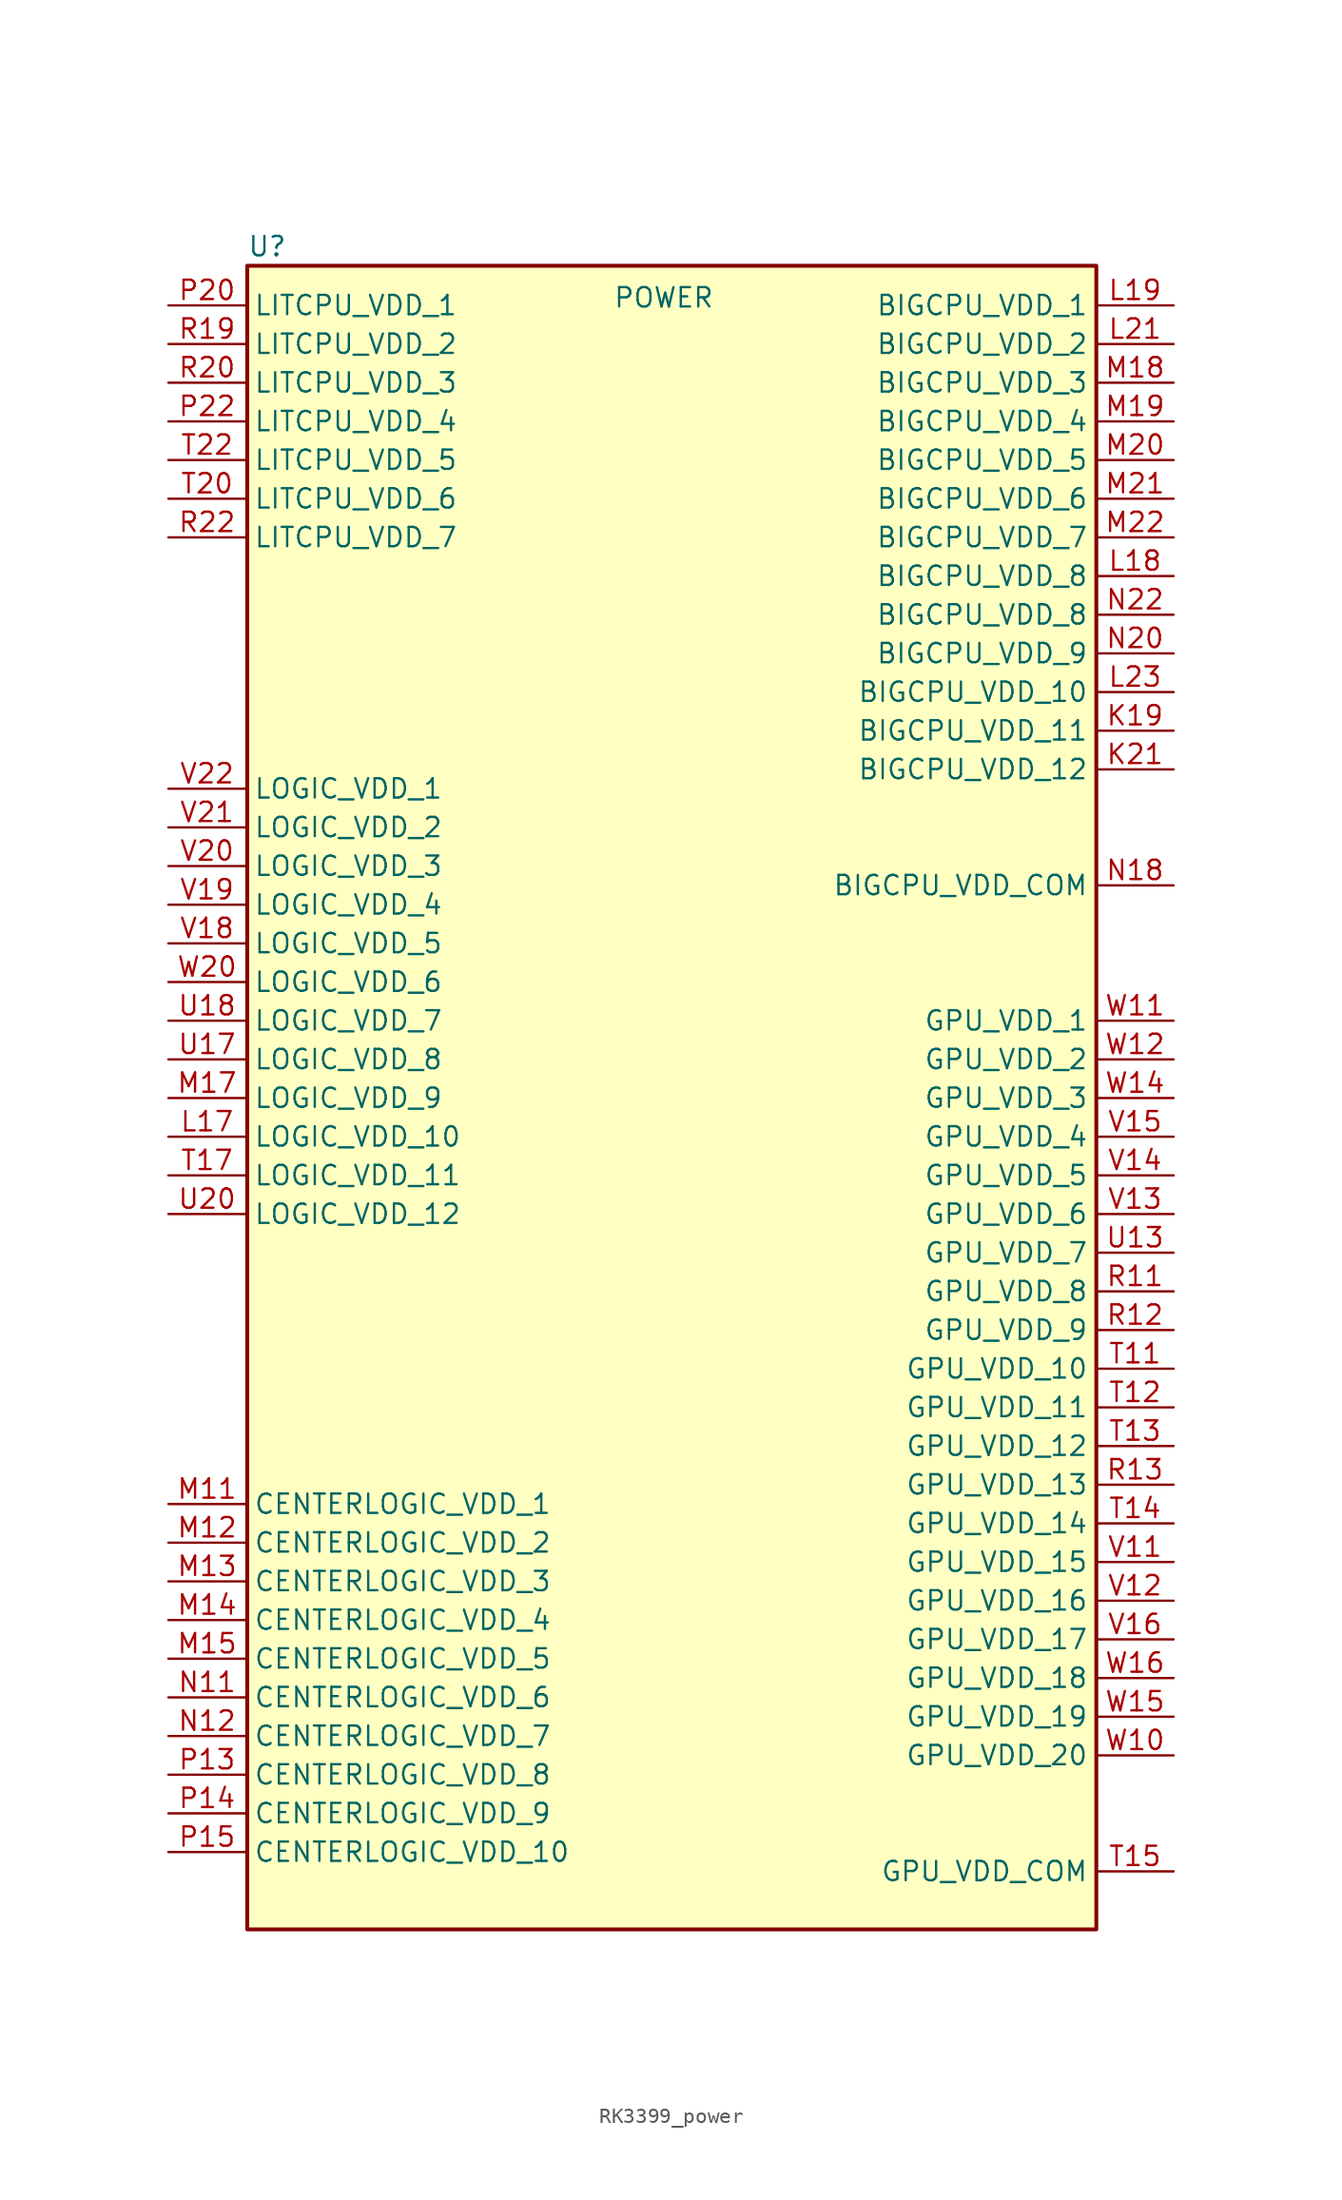
<source format=kicad_sym>
(kicad_symbol_lib
  (version 20231120)
  (generator "kicad_symbol_editor")
  (generator_version "8.0")
  (symbol "RK3399_power"
    (property "Reference" "U"
      (at -27.839 55.942 0)
      (effects (font (size 1.27 1.27)) (justify left)))
    (property "Value" "POWER"
      (at -3.81 52.578 0)
      (effects (font (size 1.27 1.27)) (justify left)))
    (property "ki_locked" ""
      (at 0 0 0)
      (effects (font (size 1.27 1.27))))
    (symbol "RK3399_power_0_1"
      (rectangle (start -27.839 54.672) (end 27.94 -54.61) (stroke (width 0.254) (type default)) (fill (type background))))
    (symbol "RK3399_power_1_1"
      (pin input line (at 33.02 24.13 180) (length 5.08) (name "BIGCPU_VDD_11" (effects (font (size 1.27 1.27)))) (number "K19" (effects (font (size 1.27 1.27)))) (alternate "ADC4_IN9" bidirectional line) (alternate "LPTIM1_IN1" bidirectional line) (alternate "LPUART1_CTS" bidirectional line) (alternate "PWR_WKUP1" bidirectional line) (alternate "SPI3_SCK" bidirectional line) (alternate "TIM1_CH2N" bidirectional line) (alternate "TIM3_CH3" bidirectional line) (alternate "TIM3_ETR" bidirectional line) (alternate "TSC_G2_IO2" bidirectional line))
      (pin input line (at 33.02 21.59 180) (length 5.08) (name "BIGCPU_VDD_12" (effects (font (size 1.27 1.27)))) (number "K21" (effects (font (size 1.27 1.27)))) (alternate "ADC4_IN9" bidirectional line) (alternate "LPTIM1_IN1" bidirectional line) (alternate "LPUART1_CTS" bidirectional line) (alternate "PWR_WKUP1" bidirectional line) (alternate "SPI3_SCK" bidirectional line) (alternate "TIM1_CH2N" bidirectional line) (alternate "TIM3_CH3" bidirectional line) (alternate "TIM3_ETR" bidirectional line) (alternate "TSC_G2_IO2" bidirectional line))
      (pin input line (at -33.02 -2.54 0) (length 5.08) (name "LOGIC_VDD_10" (effects (font (size 1.27 1.27)))) (number "L17" (effects (font (size 1.27 1.27)))) (alternate "PWR_WKUP2" bidirectional line) (alternate "RTC_OUT1" bidirectional line) (alternate "RTC_TS" bidirectional line) (alternate "TAMP_IN4" bidirectional line) (alternate "TAMP_OUT5" bidirectional line) (alternate "TIM1_BKIN2" bidirectional line) (alternate "TSC_G5_IO1" bidirectional line))
      (pin input line (at 33.02 34.29 180) (length 5.08) (name "BIGCPU_VDD_8" (effects (font (size 1.27 1.27)))) (number "L18" (effects (font (size 1.27 1.27)))) (alternate "ADC4_IN9" bidirectional line) (alternate "LPTIM1_IN1" bidirectional line) (alternate "LPUART1_CTS" bidirectional line) (alternate "PWR_WKUP1" bidirectional line) (alternate "SPI3_SCK" bidirectional line) (alternate "TIM1_CH2N" bidirectional line) (alternate "TIM3_CH3" bidirectional line) (alternate "TIM3_ETR" bidirectional line) (alternate "TSC_G2_IO2" bidirectional line))
      (pin input line (at 33.02 52.07 180) (length 5.08) (name "BIGCPU_VDD_1" (effects (font (size 1.27 1.27)))) (number "L19" (effects (font (size 1.27 1.27)))) (alternate "ADC4_IN9" bidirectional line) (alternate "LPTIM1_IN1" bidirectional line) (alternate "LPUART1_CTS" bidirectional line) (alternate "PWR_WKUP1" bidirectional line) (alternate "SPI3_SCK" bidirectional line) (alternate "TIM1_CH2N" bidirectional line) (alternate "TIM3_CH3" bidirectional line) (alternate "TIM3_ETR" bidirectional line) (alternate "TSC_G2_IO2" bidirectional line))
      (pin input line (at 33.02 49.53 180) (length 5.08) (name "BIGCPU_VDD_2" (effects (font (size 1.27 1.27)))) (number "L21" (effects (font (size 1.27 1.27)))) (alternate "ADC4_IN9" bidirectional line) (alternate "LPTIM1_IN1" bidirectional line) (alternate "LPUART1_CTS" bidirectional line) (alternate "PWR_WKUP1" bidirectional line) (alternate "SPI3_SCK" bidirectional line) (alternate "TIM1_CH2N" bidirectional line) (alternate "TIM3_CH3" bidirectional line) (alternate "TIM3_ETR" bidirectional line) (alternate "TSC_G2_IO2" bidirectional line))
      (pin input line (at 33.02 26.67 180) (length 5.08) (name "BIGCPU_VDD_10" (effects (font (size 1.27 1.27)))) (number "L23" (effects (font (size 1.27 1.27)))) (alternate "ADC4_IN9" bidirectional line) (alternate "LPTIM1_IN1" bidirectional line) (alternate "LPUART1_CTS" bidirectional line) (alternate "PWR_WKUP1" bidirectional line) (alternate "SPI3_SCK" bidirectional line) (alternate "TIM1_CH2N" bidirectional line) (alternate "TIM3_CH3" bidirectional line) (alternate "TIM3_ETR" bidirectional line) (alternate "TSC_G2_IO2" bidirectional line))
      (pin input line (at -33.02 -26.67 0) (length 5.08) (name "CENTERLOGIC_VDD_1" (effects (font (size 1.27 1.27)))) (number "M11" (effects (font (size 1.27 1.27)))) (alternate "PWR_WKUP2" bidirectional line) (alternate "RTC_OUT1" bidirectional line) (alternate "RTC_TS" bidirectional line) (alternate "TAMP_IN4" bidirectional line) (alternate "TAMP_OUT5" bidirectional line) (alternate "TIM1_BKIN2" bidirectional line) (alternate "TSC_G5_IO1" bidirectional line))
      (pin input line (at -33.02 -29.21 0) (length 5.08) (name "CENTERLOGIC_VDD_2" (effects (font (size 1.27 1.27)))) (number "M12" (effects (font (size 1.27 1.27)))) (alternate "PWR_WKUP2" bidirectional line) (alternate "RTC_OUT1" bidirectional line) (alternate "RTC_TS" bidirectional line) (alternate "TAMP_IN4" bidirectional line) (alternate "TAMP_OUT5" bidirectional line) (alternate "TIM1_BKIN2" bidirectional line) (alternate "TSC_G5_IO1" bidirectional line))
      (pin input line (at -33.02 -31.75 0) (length 5.08) (name "CENTERLOGIC_VDD_3" (effects (font (size 1.27 1.27)))) (number "M13" (effects (font (size 1.27 1.27)))) (alternate "PWR_WKUP2" bidirectional line) (alternate "RTC_OUT1" bidirectional line) (alternate "RTC_TS" bidirectional line) (alternate "TAMP_IN4" bidirectional line) (alternate "TAMP_OUT5" bidirectional line) (alternate "TIM1_BKIN2" bidirectional line) (alternate "TSC_G5_IO1" bidirectional line))
      (pin input line (at -33.02 -34.29 0) (length 5.08) (name "CENTERLOGIC_VDD_4" (effects (font (size 1.27 1.27)))) (number "M14" (effects (font (size 1.27 1.27)))) (alternate "PWR_WKUP2" bidirectional line) (alternate "RTC_OUT1" bidirectional line) (alternate "RTC_TS" bidirectional line) (alternate "TAMP_IN4" bidirectional line) (alternate "TAMP_OUT5" bidirectional line) (alternate "TIM1_BKIN2" bidirectional line) (alternate "TSC_G5_IO1" bidirectional line))
      (pin input line (at -33.02 -36.83 0) (length 5.08) (name "CENTERLOGIC_VDD_5" (effects (font (size 1.27 1.27)))) (number "M15" (effects (font (size 1.27 1.27)))) (alternate "PWR_WKUP2" bidirectional line) (alternate "RTC_OUT1" bidirectional line) (alternate "RTC_TS" bidirectional line) (alternate "TAMP_IN4" bidirectional line) (alternate "TAMP_OUT5" bidirectional line) (alternate "TIM1_BKIN2" bidirectional line) (alternate "TSC_G5_IO1" bidirectional line))
      (pin input line (at -33.02 0 0) (length 5.08) (name "LOGIC_VDD_9" (effects (font (size 1.27 1.27)))) (number "M17" (effects (font (size 1.27 1.27)))) (alternate "PWR_WKUP2" bidirectional line) (alternate "RTC_OUT1" bidirectional line) (alternate "RTC_TS" bidirectional line) (alternate "TAMP_IN4" bidirectional line) (alternate "TAMP_OUT5" bidirectional line) (alternate "TIM1_BKIN2" bidirectional line) (alternate "TSC_G5_IO1" bidirectional line))
      (pin input line (at 33.02 46.99 180) (length 5.08) (name "BIGCPU_VDD_3" (effects (font (size 1.27 1.27)))) (number "M18" (effects (font (size 1.27 1.27)))) (alternate "ADC4_IN9" bidirectional line) (alternate "LPTIM1_IN1" bidirectional line) (alternate "LPUART1_CTS" bidirectional line) (alternate "PWR_WKUP1" bidirectional line) (alternate "SPI3_SCK" bidirectional line) (alternate "TIM1_CH2N" bidirectional line) (alternate "TIM3_CH3" bidirectional line) (alternate "TIM3_ETR" bidirectional line) (alternate "TSC_G2_IO2" bidirectional line))
      (pin input line (at 33.02 44.45 180) (length 5.08) (name "BIGCPU_VDD_4" (effects (font (size 1.27 1.27)))) (number "M19" (effects (font (size 1.27 1.27)))) (alternate "ADC4_IN9" bidirectional line) (alternate "LPTIM1_IN1" bidirectional line) (alternate "LPUART1_CTS" bidirectional line) (alternate "PWR_WKUP1" bidirectional line) (alternate "SPI3_SCK" bidirectional line) (alternate "TIM1_CH2N" bidirectional line) (alternate "TIM3_CH3" bidirectional line) (alternate "TIM3_ETR" bidirectional line) (alternate "TSC_G2_IO2" bidirectional line))
      (pin input line (at 33.02 41.91 180) (length 5.08) (name "BIGCPU_VDD_5" (effects (font (size 1.27 1.27)))) (number "M20" (effects (font (size 1.27 1.27)))) (alternate "ADC4_IN9" bidirectional line) (alternate "LPTIM1_IN1" bidirectional line) (alternate "LPUART1_CTS" bidirectional line) (alternate "PWR_WKUP1" bidirectional line) (alternate "SPI3_SCK" bidirectional line) (alternate "TIM1_CH2N" bidirectional line) (alternate "TIM3_CH3" bidirectional line) (alternate "TIM3_ETR" bidirectional line) (alternate "TSC_G2_IO2" bidirectional line))
      (pin input line (at 33.02 39.37 180) (length 5.08) (name "BIGCPU_VDD_6" (effects (font (size 1.27 1.27)))) (number "M21" (effects (font (size 1.27 1.27)))) (alternate "ADC4_IN9" bidirectional line) (alternate "LPTIM1_IN1" bidirectional line) (alternate "LPUART1_CTS" bidirectional line) (alternate "PWR_WKUP1" bidirectional line) (alternate "SPI3_SCK" bidirectional line) (alternate "TIM1_CH2N" bidirectional line) (alternate "TIM3_CH3" bidirectional line) (alternate "TIM3_ETR" bidirectional line) (alternate "TSC_G2_IO2" bidirectional line))
      (pin input line (at 33.02 36.83 180) (length 5.08) (name "BIGCPU_VDD_7" (effects (font (size 1.27 1.27)))) (number "M22" (effects (font (size 1.27 1.27)))) (alternate "ADC4_IN9" bidirectional line) (alternate "LPTIM1_IN1" bidirectional line) (alternate "LPUART1_CTS" bidirectional line) (alternate "PWR_WKUP1" bidirectional line) (alternate "SPI3_SCK" bidirectional line) (alternate "TIM1_CH2N" bidirectional line) (alternate "TIM3_CH3" bidirectional line) (alternate "TIM3_ETR" bidirectional line) (alternate "TSC_G2_IO2" bidirectional line))
      (pin input line (at -33.02 -39.37 0) (length 5.08) (name "CENTERLOGIC_VDD_6" (effects (font (size 1.27 1.27)))) (number "N11" (effects (font (size 1.27 1.27)))) (alternate "PWR_WKUP2" bidirectional line) (alternate "RTC_OUT1" bidirectional line) (alternate "RTC_TS" bidirectional line) (alternate "TAMP_IN4" bidirectional line) (alternate "TAMP_OUT5" bidirectional line) (alternate "TIM1_BKIN2" bidirectional line) (alternate "TSC_G5_IO1" bidirectional line))
      (pin input line (at -33.02 -41.91 0) (length 5.08) (name "CENTERLOGIC_VDD_7" (effects (font (size 1.27 1.27)))) (number "N12" (effects (font (size 1.27 1.27)))) (alternate "PWR_WKUP2" bidirectional line) (alternate "RTC_OUT1" bidirectional line) (alternate "RTC_TS" bidirectional line) (alternate "TAMP_IN4" bidirectional line) (alternate "TAMP_OUT5" bidirectional line) (alternate "TIM1_BKIN2" bidirectional line) (alternate "TSC_G5_IO1" bidirectional line))
      (pin input line (at 33.02 13.97 180) (length 5.08) (name "BIGCPU_VDD_COM" (effects (font (size 1.27 1.27)))) (number "N18" (effects (font (size 1.27 1.27)))) (alternate "ADC4_IN9" bidirectional line) (alternate "LPTIM1_IN1" bidirectional line) (alternate "LPUART1_CTS" bidirectional line) (alternate "PWR_WKUP1" bidirectional line) (alternate "SPI3_SCK" bidirectional line) (alternate "TIM1_CH2N" bidirectional line) (alternate "TIM3_CH3" bidirectional line) (alternate "TIM3_ETR" bidirectional line) (alternate "TSC_G2_IO2" bidirectional line))
      (pin input line (at 33.02 29.21 180) (length 5.08) (name "BIGCPU_VDD_9" (effects (font (size 1.27 1.27)))) (number "N20" (effects (font (size 1.27 1.27)))) (alternate "ADC4_IN9" bidirectional line) (alternate "LPTIM1_IN1" bidirectional line) (alternate "LPUART1_CTS" bidirectional line) (alternate "PWR_WKUP1" bidirectional line) (alternate "SPI3_SCK" bidirectional line) (alternate "TIM1_CH2N" bidirectional line) (alternate "TIM3_CH3" bidirectional line) (alternate "TIM3_ETR" bidirectional line) (alternate "TSC_G2_IO2" bidirectional line))
      (pin input line (at 33.02 31.75 180) (length 5.08) (name "BIGCPU_VDD_8" (effects (font (size 1.27 1.27)))) (number "N22" (effects (font (size 1.27 1.27)))) (alternate "ADC4_IN9" bidirectional line) (alternate "LPTIM1_IN1" bidirectional line) (alternate "LPUART1_CTS" bidirectional line) (alternate "PWR_WKUP1" bidirectional line) (alternate "SPI3_SCK" bidirectional line) (alternate "TIM1_CH2N" bidirectional line) (alternate "TIM3_CH3" bidirectional line) (alternate "TIM3_ETR" bidirectional line) (alternate "TSC_G2_IO2" bidirectional line))
      (pin input line (at -33.02 -44.45 0) (length 5.08) (name "CENTERLOGIC_VDD_8" (effects (font (size 1.27 1.27)))) (number "P13" (effects (font (size 1.27 1.27)))) (alternate "PWR_WKUP2" bidirectional line) (alternate "RTC_OUT1" bidirectional line) (alternate "RTC_TS" bidirectional line) (alternate "TAMP_IN4" bidirectional line) (alternate "TAMP_OUT5" bidirectional line) (alternate "TIM1_BKIN2" bidirectional line) (alternate "TSC_G5_IO1" bidirectional line))
      (pin input line (at -33.02 -46.99 0) (length 5.08) (name "CENTERLOGIC_VDD_9" (effects (font (size 1.27 1.27)))) (number "P14" (effects (font (size 1.27 1.27)))) (alternate "PWR_WKUP2" bidirectional line) (alternate "RTC_OUT1" bidirectional line) (alternate "RTC_TS" bidirectional line) (alternate "TAMP_IN4" bidirectional line) (alternate "TAMP_OUT5" bidirectional line) (alternate "TIM1_BKIN2" bidirectional line) (alternate "TSC_G5_IO1" bidirectional line))
      (pin input line (at -33.02 -49.53 0) (length 5.08) (name "CENTERLOGIC_VDD_10" (effects (font (size 1.27 1.27)))) (number "P15" (effects (font (size 1.27 1.27)))) (alternate "PWR_WKUP2" bidirectional line) (alternate "RTC_OUT1" bidirectional line) (alternate "RTC_TS" bidirectional line) (alternate "TAMP_IN4" bidirectional line) (alternate "TAMP_OUT5" bidirectional line) (alternate "TIM1_BKIN2" bidirectional line) (alternate "TSC_G5_IO1" bidirectional line))
      (pin input line (at -33.02 52.07 0) (length 5.08) (name "LITCPU_VDD_1" (effects (font (size 1.27 1.27)))) (number "P20" (effects (font (size 1.27 1.27)))))
      (pin input line (at -33.02 44.45 0) (length 5.08) (name "LITCPU_VDD_4" (effects (font (size 1.27 1.27)))) (number "P22" (effects (font (size 1.27 1.27)))) (alternate "RCC_OSC_OUT" bidirectional line))
      (pin input line (at 33.02 -12.7 180) (length 5.08) (name "GPU_VDD_8" (effects (font (size 1.27 1.27)))) (number "R11" (effects (font (size 1.27 1.27)))) (alternate "ADC4_IN9" bidirectional line) (alternate "LPTIM1_IN1" bidirectional line) (alternate "LPUART1_CTS" bidirectional line) (alternate "PWR_WKUP1" bidirectional line) (alternate "SPI3_SCK" bidirectional line) (alternate "TIM1_CH2N" bidirectional line) (alternate "TIM3_CH3" bidirectional line) (alternate "TIM3_ETR" bidirectional line) (alternate "TSC_G2_IO2" bidirectional line))
      (pin input line (at 33.02 -15.24 180) (length 5.08) (name "GPU_VDD_9" (effects (font (size 1.27 1.27)))) (number "R12" (effects (font (size 1.27 1.27)))) (alternate "ADC4_IN9" bidirectional line) (alternate "LPTIM1_IN1" bidirectional line) (alternate "LPUART1_CTS" bidirectional line) (alternate "PWR_WKUP1" bidirectional line) (alternate "SPI3_SCK" bidirectional line) (alternate "TIM1_CH2N" bidirectional line) (alternate "TIM3_CH3" bidirectional line) (alternate "TIM3_ETR" bidirectional line) (alternate "TSC_G2_IO2" bidirectional line))
      (pin input line (at 33.02 -25.4 180) (length 5.08) (name "GPU_VDD_13" (effects (font (size 1.27 1.27)))) (number "R13" (effects (font (size 1.27 1.27)))) (alternate "ADC4_IN9" bidirectional line) (alternate "LPTIM1_IN1" bidirectional line) (alternate "LPUART1_CTS" bidirectional line) (alternate "PWR_WKUP1" bidirectional line) (alternate "SPI3_SCK" bidirectional line) (alternate "TIM1_CH2N" bidirectional line) (alternate "TIM3_CH3" bidirectional line) (alternate "TIM3_ETR" bidirectional line) (alternate "TSC_G2_IO2" bidirectional line))
      (pin input line (at -33.02 49.53 0) (length 5.08) (name "LITCPU_VDD_2" (effects (font (size 1.27 1.27)))) (number "R19" (effects (font (size 1.27 1.27)))) (alternate "TAMP_IN2" bidirectional line) (alternate "TAMP_OUT1" bidirectional line))
      (pin input line (at -33.02 46.99 0) (length 5.08) (name "LITCPU_VDD_3" (effects (font (size 1.27 1.27)))) (number "R20" (effects (font (size 1.27 1.27)))) (alternate "RCC_OSC_IN" bidirectional line))
      (pin input line (at -33.02 36.83 0) (length 5.08) (name "LITCPU_VDD_7" (effects (font (size 1.27 1.27)))) (number "R22" (effects (font (size 1.27 1.27)))) (alternate "RCC_OSC_OUT" bidirectional line))
      (pin input line (at 33.02 -17.78 180) (length 5.08) (name "GPU_VDD_10" (effects (font (size 1.27 1.27)))) (number "T11" (effects (font (size 1.27 1.27)))) (alternate "ADC4_IN9" bidirectional line) (alternate "LPTIM1_IN1" bidirectional line) (alternate "LPUART1_CTS" bidirectional line) (alternate "PWR_WKUP1" bidirectional line) (alternate "SPI3_SCK" bidirectional line) (alternate "TIM1_CH2N" bidirectional line) (alternate "TIM3_CH3" bidirectional line) (alternate "TIM3_ETR" bidirectional line) (alternate "TSC_G2_IO2" bidirectional line))
      (pin input line (at 33.02 -20.32 180) (length 5.08) (name "GPU_VDD_11" (effects (font (size 1.27 1.27)))) (number "T12" (effects (font (size 1.27 1.27)))) (alternate "ADC4_IN9" bidirectional line) (alternate "LPTIM1_IN1" bidirectional line) (alternate "LPUART1_CTS" bidirectional line) (alternate "PWR_WKUP1" bidirectional line) (alternate "SPI3_SCK" bidirectional line) (alternate "TIM1_CH2N" bidirectional line) (alternate "TIM3_CH3" bidirectional line) (alternate "TIM3_ETR" bidirectional line) (alternate "TSC_G2_IO2" bidirectional line))
      (pin input line (at 33.02 -22.86 180) (length 5.08) (name "GPU_VDD_12" (effects (font (size 1.27 1.27)))) (number "T13" (effects (font (size 1.27 1.27)))) (alternate "ADC4_IN9" bidirectional line) (alternate "LPTIM1_IN1" bidirectional line) (alternate "LPUART1_CTS" bidirectional line) (alternate "PWR_WKUP1" bidirectional line) (alternate "SPI3_SCK" bidirectional line) (alternate "TIM1_CH2N" bidirectional line) (alternate "TIM3_CH3" bidirectional line) (alternate "TIM3_ETR" bidirectional line) (alternate "TSC_G2_IO2" bidirectional line))
      (pin input line (at 33.02 -27.94 180) (length 5.08) (name "GPU_VDD_14" (effects (font (size 1.27 1.27)))) (number "T14" (effects (font (size 1.27 1.27)))) (alternate "ADC4_IN9" bidirectional line) (alternate "LPTIM1_IN1" bidirectional line) (alternate "LPUART1_CTS" bidirectional line) (alternate "PWR_WKUP1" bidirectional line) (alternate "SPI3_SCK" bidirectional line) (alternate "TIM1_CH2N" bidirectional line) (alternate "TIM3_CH3" bidirectional line) (alternate "TIM3_ETR" bidirectional line) (alternate "TSC_G2_IO2" bidirectional line))
      (pin input line (at 33.02 -50.8 180) (length 5.08) (name "GPU_VDD_COM" (effects (font (size 1.27 1.27)))) (number "T15" (effects (font (size 1.27 1.27)))) (alternate "ADC4_IN9" bidirectional line) (alternate "LPTIM1_IN1" bidirectional line) (alternate "LPUART1_CTS" bidirectional line) (alternate "PWR_WKUP1" bidirectional line) (alternate "SPI3_SCK" bidirectional line) (alternate "TIM1_CH2N" bidirectional line) (alternate "TIM3_CH3" bidirectional line) (alternate "TIM3_ETR" bidirectional line) (alternate "TSC_G2_IO2" bidirectional line))
      (pin input line (at -33.02 -5.08 0) (length 5.08) (name "LOGIC_VDD_11" (effects (font (size 1.27 1.27)))) (number "T17" (effects (font (size 1.27 1.27)))) (alternate "PWR_WKUP2" bidirectional line) (alternate "RTC_OUT1" bidirectional line) (alternate "RTC_TS" bidirectional line) (alternate "TAMP_IN4" bidirectional line) (alternate "TAMP_OUT5" bidirectional line) (alternate "TIM1_BKIN2" bidirectional line) (alternate "TSC_G5_IO1" bidirectional line))
      (pin input line (at -33.02 39.37 0) (length 5.08) (name "LITCPU_VDD_6" (effects (font (size 1.27 1.27)))) (number "T20" (effects (font (size 1.27 1.27)))) (alternate "RCC_OSC_OUT" bidirectional line))
      (pin input line (at -33.02 41.91 0) (length 5.08) (name "LITCPU_VDD_5" (effects (font (size 1.27 1.27)))) (number "T22" (effects (font (size 1.27 1.27)))) (alternate "RCC_OSC_OUT" bidirectional line))
      (pin input line (at 33.02 -10.16 180) (length 5.08) (name "GPU_VDD_7" (effects (font (size 1.27 1.27)))) (number "U13" (effects (font (size 1.27 1.27)))) (alternate "ADC4_IN9" bidirectional line) (alternate "LPTIM1_IN1" bidirectional line) (alternate "LPUART1_CTS" bidirectional line) (alternate "PWR_WKUP1" bidirectional line) (alternate "SPI3_SCK" bidirectional line) (alternate "TIM1_CH2N" bidirectional line) (alternate "TIM3_CH3" bidirectional line) (alternate "TIM3_ETR" bidirectional line) (alternate "TSC_G2_IO2" bidirectional line))
      (pin input line (at -33.02 2.54 0) (length 5.08) (name "LOGIC_VDD_8" (effects (font (size 1.27 1.27)))) (number "U17" (effects (font (size 1.27 1.27)))) (alternate "PWR_WKUP2" bidirectional line) (alternate "RTC_OUT1" bidirectional line) (alternate "RTC_TS" bidirectional line) (alternate "TAMP_IN4" bidirectional line) (alternate "TAMP_OUT5" bidirectional line) (alternate "TIM1_BKIN2" bidirectional line) (alternate "TSC_G5_IO1" bidirectional line))
      (pin input line (at -33.02 5.08 0) (length 5.08) (name "LOGIC_VDD_7" (effects (font (size 1.27 1.27)))) (number "U18" (effects (font (size 1.27 1.27)))) (alternate "PWR_WKUP2" bidirectional line) (alternate "RTC_OUT1" bidirectional line) (alternate "RTC_TS" bidirectional line) (alternate "TAMP_IN4" bidirectional line) (alternate "TAMP_OUT5" bidirectional line) (alternate "TIM1_BKIN2" bidirectional line) (alternate "TSC_G5_IO1" bidirectional line))
      (pin input line (at -33.02 -7.62 0) (length 5.08) (name "LOGIC_VDD_12" (effects (font (size 1.27 1.27)))) (number "U20" (effects (font (size 1.27 1.27)))) (alternate "PWR_WKUP2" bidirectional line) (alternate "RTC_OUT1" bidirectional line) (alternate "RTC_TS" bidirectional line) (alternate "TAMP_IN4" bidirectional line) (alternate "TAMP_OUT5" bidirectional line) (alternate "TIM1_BKIN2" bidirectional line) (alternate "TSC_G5_IO1" bidirectional line))
      (pin input line (at 33.02 -30.48 180) (length 5.08) (name "GPU_VDD_15" (effects (font (size 1.27 1.27)))) (number "V11" (effects (font (size 1.27 1.27)))) (alternate "ADC4_IN9" bidirectional line) (alternate "LPTIM1_IN1" bidirectional line) (alternate "LPUART1_CTS" bidirectional line) (alternate "PWR_WKUP1" bidirectional line) (alternate "SPI3_SCK" bidirectional line) (alternate "TIM1_CH2N" bidirectional line) (alternate "TIM3_CH3" bidirectional line) (alternate "TIM3_ETR" bidirectional line) (alternate "TSC_G2_IO2" bidirectional line))
      (pin input line (at 33.02 -33.02 180) (length 5.08) (name "GPU_VDD_16" (effects (font (size 1.27 1.27)))) (number "V12" (effects (font (size 1.27 1.27)))) (alternate "ADC4_IN9" bidirectional line) (alternate "LPTIM1_IN1" bidirectional line) (alternate "LPUART1_CTS" bidirectional line) (alternate "PWR_WKUP1" bidirectional line) (alternate "SPI3_SCK" bidirectional line) (alternate "TIM1_CH2N" bidirectional line) (alternate "TIM3_CH3" bidirectional line) (alternate "TIM3_ETR" bidirectional line) (alternate "TSC_G2_IO2" bidirectional line))
      (pin input line (at 33.02 -7.62 180) (length 5.08) (name "GPU_VDD_6" (effects (font (size 1.27 1.27)))) (number "V13" (effects (font (size 1.27 1.27)))) (alternate "ADC4_IN9" bidirectional line) (alternate "LPTIM1_IN1" bidirectional line) (alternate "LPUART1_CTS" bidirectional line) (alternate "PWR_WKUP1" bidirectional line) (alternate "SPI3_SCK" bidirectional line) (alternate "TIM1_CH2N" bidirectional line) (alternate "TIM3_CH3" bidirectional line) (alternate "TIM3_ETR" bidirectional line) (alternate "TSC_G2_IO2" bidirectional line))
      (pin input line (at 33.02 -5.08 180) (length 5.08) (name "GPU_VDD_5" (effects (font (size 1.27 1.27)))) (number "V14" (effects (font (size 1.27 1.27)))) (alternate "ADC4_IN9" bidirectional line) (alternate "LPTIM1_IN1" bidirectional line) (alternate "LPUART1_CTS" bidirectional line) (alternate "PWR_WKUP1" bidirectional line) (alternate "SPI3_SCK" bidirectional line) (alternate "TIM1_CH2N" bidirectional line) (alternate "TIM3_CH3" bidirectional line) (alternate "TIM3_ETR" bidirectional line) (alternate "TSC_G2_IO2" bidirectional line))
      (pin input line (at 33.02 -2.54 180) (length 5.08) (name "GPU_VDD_4" (effects (font (size 1.27 1.27)))) (number "V15" (effects (font (size 1.27 1.27)))) (alternate "ADC4_IN9" bidirectional line) (alternate "LPTIM1_IN1" bidirectional line) (alternate "LPUART1_CTS" bidirectional line) (alternate "PWR_WKUP1" bidirectional line) (alternate "SPI3_SCK" bidirectional line) (alternate "TIM1_CH2N" bidirectional line) (alternate "TIM3_CH3" bidirectional line) (alternate "TIM3_ETR" bidirectional line) (alternate "TSC_G2_IO2" bidirectional line))
      (pin input line (at 33.02 -35.56 180) (length 5.08) (name "GPU_VDD_17" (effects (font (size 1.27 1.27)))) (number "V16" (effects (font (size 1.27 1.27)))) (alternate "ADC4_IN9" bidirectional line) (alternate "LPTIM1_IN1" bidirectional line) (alternate "LPUART1_CTS" bidirectional line) (alternate "PWR_WKUP1" bidirectional line) (alternate "SPI3_SCK" bidirectional line) (alternate "TIM1_CH2N" bidirectional line) (alternate "TIM3_CH3" bidirectional line) (alternate "TIM3_ETR" bidirectional line) (alternate "TSC_G2_IO2" bidirectional line))
      (pin input line (at -33.02 10.16 0) (length 5.08) (name "LOGIC_VDD_5" (effects (font (size 1.27 1.27)))) (number "V18" (effects (font (size 1.27 1.27)))) (alternate "PWR_WKUP2" bidirectional line) (alternate "RTC_OUT1" bidirectional line) (alternate "RTC_TS" bidirectional line) (alternate "TAMP_IN4" bidirectional line) (alternate "TAMP_OUT5" bidirectional line) (alternate "TIM1_BKIN2" bidirectional line) (alternate "TSC_G5_IO1" bidirectional line))
      (pin input line (at -33.02 12.7 0) (length 5.08) (name "LOGIC_VDD_4" (effects (font (size 1.27 1.27)))) (number "V19" (effects (font (size 1.27 1.27)))) (alternate "PWR_WKUP2" bidirectional line) (alternate "RTC_OUT1" bidirectional line) (alternate "RTC_TS" bidirectional line) (alternate "TAMP_IN4" bidirectional line) (alternate "TAMP_OUT5" bidirectional line) (alternate "TIM1_BKIN2" bidirectional line) (alternate "TSC_G5_IO1" bidirectional line))
      (pin input line (at -33.02 15.24 0) (length 5.08) (name "LOGIC_VDD_3" (effects (font (size 1.27 1.27)))) (number "V20" (effects (font (size 1.27 1.27)))) (alternate "PWR_WKUP2" bidirectional line) (alternate "RTC_OUT1" bidirectional line) (alternate "RTC_TS" bidirectional line) (alternate "TAMP_IN4" bidirectional line) (alternate "TAMP_OUT5" bidirectional line) (alternate "TIM1_BKIN2" bidirectional line) (alternate "TSC_G5_IO1" bidirectional line))
      (pin input line (at -33.02 17.78 0) (length 5.08) (name "LOGIC_VDD_2" (effects (font (size 1.27 1.27)))) (number "V21" (effects (font (size 1.27 1.27)))) (alternate "PWR_WKUP2" bidirectional line) (alternate "RTC_OUT1" bidirectional line) (alternate "RTC_TS" bidirectional line) (alternate "TAMP_IN4" bidirectional line) (alternate "TAMP_OUT5" bidirectional line) (alternate "TIM1_BKIN2" bidirectional line) (alternate "TSC_G5_IO1" bidirectional line))
      (pin input line (at -33.02 20.32 0) (length 5.08) (name "LOGIC_VDD_1" (effects (font (size 1.27 1.27)))) (number "V22" (effects (font (size 1.27 1.27)))) (alternate "PWR_WKUP2" bidirectional line) (alternate "RTC_OUT1" bidirectional line) (alternate "RTC_TS" bidirectional line) (alternate "TAMP_IN4" bidirectional line) (alternate "TAMP_OUT5" bidirectional line) (alternate "TIM1_BKIN2" bidirectional line) (alternate "TSC_G5_IO1" bidirectional line))
      (pin input line (at 33.02 -43.18 180) (length 5.08) (name "GPU_VDD_20" (effects (font (size 1.27 1.27)))) (number "W10" (effects (font (size 1.27 1.27)))) (alternate "ADC4_IN9" bidirectional line) (alternate "LPTIM1_IN1" bidirectional line) (alternate "LPUART1_CTS" bidirectional line) (alternate "PWR_WKUP1" bidirectional line) (alternate "SPI3_SCK" bidirectional line) (alternate "TIM1_CH2N" bidirectional line) (alternate "TIM3_CH3" bidirectional line) (alternate "TIM3_ETR" bidirectional line) (alternate "TSC_G2_IO2" bidirectional line))
      (pin input line (at 33.02 5.08 180) (length 5.08) (name "GPU_VDD_1" (effects (font (size 1.27 1.27)))) (number "W11" (effects (font (size 1.27 1.27)))) (alternate "ADC4_IN9" bidirectional line) (alternate "LPTIM1_IN1" bidirectional line) (alternate "LPUART1_CTS" bidirectional line) (alternate "PWR_WKUP1" bidirectional line) (alternate "SPI3_SCK" bidirectional line) (alternate "TIM1_CH2N" bidirectional line) (alternate "TIM3_CH3" bidirectional line) (alternate "TIM3_ETR" bidirectional line) (alternate "TSC_G2_IO2" bidirectional line))
      (pin input line (at 33.02 2.54 180) (length 5.08) (name "GPU_VDD_2" (effects (font (size 1.27 1.27)))) (number "W12" (effects (font (size 1.27 1.27)))) (alternate "ADC4_IN9" bidirectional line) (alternate "LPTIM1_IN1" bidirectional line) (alternate "LPUART1_CTS" bidirectional line) (alternate "PWR_WKUP1" bidirectional line) (alternate "SPI3_SCK" bidirectional line) (alternate "TIM1_CH2N" bidirectional line) (alternate "TIM3_CH3" bidirectional line) (alternate "TIM3_ETR" bidirectional line) (alternate "TSC_G2_IO2" bidirectional line))
      (pin input line (at 33.02 0 180) (length 5.08) (name "GPU_VDD_3" (effects (font (size 1.27 1.27)))) (number "W14" (effects (font (size 1.27 1.27)))) (alternate "ADC4_IN9" bidirectional line) (alternate "LPTIM1_IN1" bidirectional line) (alternate "LPUART1_CTS" bidirectional line) (alternate "PWR_WKUP1" bidirectional line) (alternate "SPI3_SCK" bidirectional line) (alternate "TIM1_CH2N" bidirectional line) (alternate "TIM3_CH3" bidirectional line) (alternate "TIM3_ETR" bidirectional line) (alternate "TSC_G2_IO2" bidirectional line))
      (pin input line (at 33.02 -40.64 180) (length 5.08) (name "GPU_VDD_19" (effects (font (size 1.27 1.27)))) (number "W15" (effects (font (size 1.27 1.27)))) (alternate "ADC4_IN9" bidirectional line) (alternate "LPTIM1_IN1" bidirectional line) (alternate "LPUART1_CTS" bidirectional line) (alternate "PWR_WKUP1" bidirectional line) (alternate "SPI3_SCK" bidirectional line) (alternate "TIM1_CH2N" bidirectional line) (alternate "TIM3_CH3" bidirectional line) (alternate "TIM3_ETR" bidirectional line) (alternate "TSC_G2_IO2" bidirectional line))
      (pin input line (at 33.02 -38.1 180) (length 5.08) (name "GPU_VDD_18" (effects (font (size 1.27 1.27)))) (number "W16" (effects (font (size 1.27 1.27)))) (alternate "ADC4_IN9" bidirectional line) (alternate "LPTIM1_IN1" bidirectional line) (alternate "LPUART1_CTS" bidirectional line) (alternate "PWR_WKUP1" bidirectional line) (alternate "SPI3_SCK" bidirectional line) (alternate "TIM1_CH2N" bidirectional line) (alternate "TIM3_CH3" bidirectional line) (alternate "TIM3_ETR" bidirectional line) (alternate "TSC_G2_IO2" bidirectional line))
      (pin input line (at -33.02 7.62 0) (length 5.08) (name "LOGIC_VDD_6" (effects (font (size 1.27 1.27)))) (number "W20" (effects (font (size 1.27 1.27)))) (alternate "PWR_WKUP2" bidirectional line) (alternate "RTC_OUT1" bidirectional line) (alternate "RTC_TS" bidirectional line) (alternate "TAMP_IN4" bidirectional line) (alternate "TAMP_OUT5" bidirectional line) (alternate "TIM1_BKIN2" bidirectional line) (alternate "TSC_G5_IO1" bidirectional line)))))
</source>
